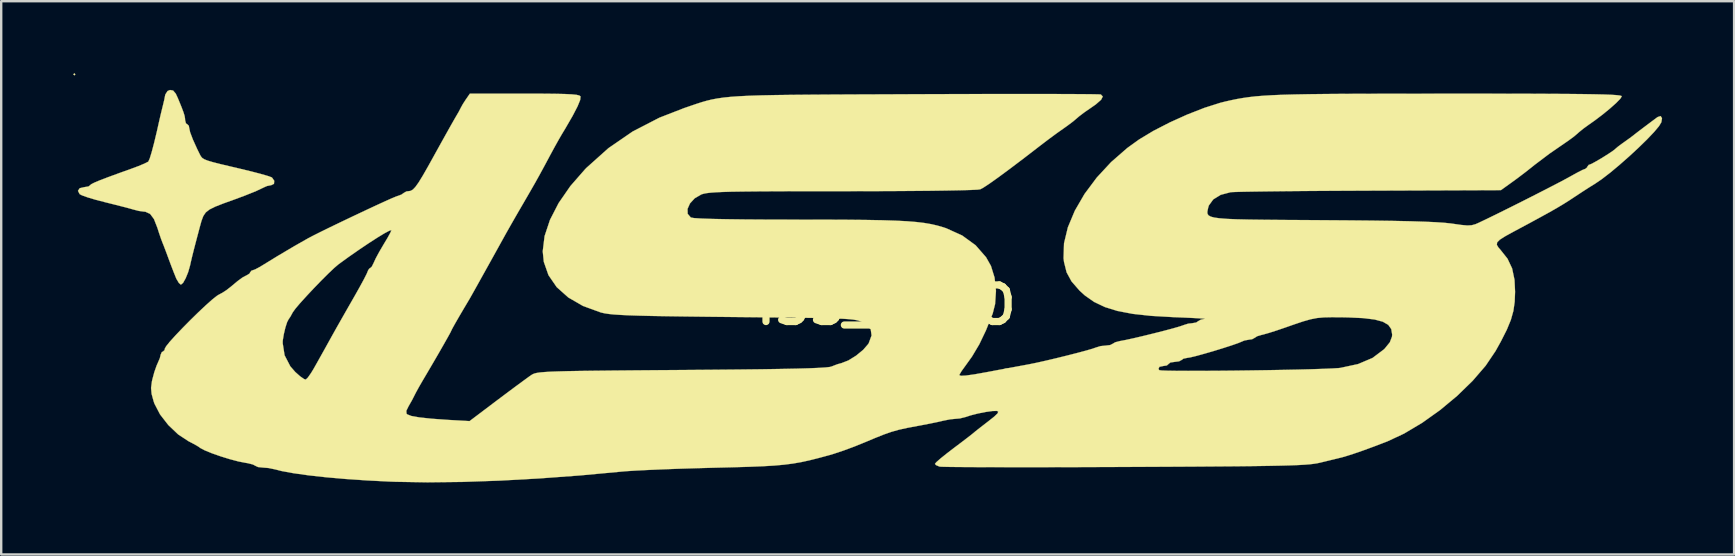
<source format=kicad_pcb>
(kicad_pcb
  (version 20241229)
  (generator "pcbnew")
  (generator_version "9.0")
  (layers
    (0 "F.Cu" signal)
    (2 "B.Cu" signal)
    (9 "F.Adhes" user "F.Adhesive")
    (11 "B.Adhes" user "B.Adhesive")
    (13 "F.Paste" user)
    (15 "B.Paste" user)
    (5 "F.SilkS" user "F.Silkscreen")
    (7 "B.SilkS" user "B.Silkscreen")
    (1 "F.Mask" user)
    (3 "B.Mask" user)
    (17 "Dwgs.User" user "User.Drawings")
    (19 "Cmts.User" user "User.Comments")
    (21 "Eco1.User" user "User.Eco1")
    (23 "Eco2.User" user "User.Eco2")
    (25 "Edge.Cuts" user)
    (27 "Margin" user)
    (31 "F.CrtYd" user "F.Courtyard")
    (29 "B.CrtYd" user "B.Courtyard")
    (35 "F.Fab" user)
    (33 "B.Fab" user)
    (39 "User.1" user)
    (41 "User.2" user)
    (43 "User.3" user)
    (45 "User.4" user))
  (footprint "ISS_LOGO"
    (layer "F.Cu")
    (at 33.872 9.657)
    (property "Reference" "ISS_LOGO" (at 0 0 0) (layer "F.SilkS") (effects (font (size 1.524 1.524) (thickness 0.3))))
    (attr through_hole)
    (fp_poly (pts (xy -33.782 -9.61) (xy -33.824 -9.567) (xy -33.867 -9.61) (xy -33.824 -9.652) (xy -33.782 -9.61)) (stroke (width 0.01) (type solid)) (fill yes) (layer "F.SilkS"))
    (fp_poly (pts (xy -29.709 -8.935) (xy -29.599 -8.805) (xy -29.512 -8.619) (xy -29.367 -8.266) (xy -29.278 -8.031) (xy -29.23 -7.875) (xy -29.212 -7.76) (xy -29.21 -7.701) (xy -29.174 -7.565) (xy -29.125 -7.535) (xy -29.054 -7.465) (xy -29.041 -7.382) (xy -29 -7.195) (xy -28.885 -6.892) (xy -28.709 -6.503) (xy -28.595 -6.272) (xy -28.551 -6.192) (xy -28.497 -6.127) (xy -28.409 -6.07) (xy -28.265 -6.013) (xy -28.041 -5.947) (xy -27.714 -5.864) (xy -27.26 -5.757) (xy -26.882 -5.668) (xy -26.449 -5.563) (xy -26.072 -5.465) (xy -25.783 -5.382) (xy -25.615 -5.323) (xy -25.59 -5.31) (xy -25.496 -5.176) (xy -25.507 -5.048) (xy -25.613 -4.995) (xy -25.796 -4.957) (xy -25.888 -4.918) (xy -26.231 -4.756) (xy -26.696 -4.567) (xy -27.136 -4.403) (xy -27.611 -4.232) (xy -27.954 -4.098) (xy -28.191 -3.98) (xy -28.348 -3.857) (xy -28.452 -3.705) (xy -28.527 -3.505) (xy -28.602 -3.235) (xy -28.615 -3.186) (xy -28.749 -2.678) (xy -28.848 -2.298) (xy -28.919 -2.014) (xy -28.971 -1.792) (xy -29.002 -1.651) (xy -29.081 -1.372) (xy -29.186 -1.114) (xy -29.294 -0.922) (xy -29.384 -0.847) (xy -29.385 -0.847) (xy -29.469 -0.917) (xy -29.571 -1.088) (xy -29.586 -1.122) (xy -29.68 -1.354) (xy -29.8 -1.666) (xy -29.889 -1.905) (xy -29.998 -2.201) (xy -30.094 -2.453) (xy -30.146 -2.582) (xy -30.212 -2.756) (xy -30.303 -3.022) (xy -30.365 -3.217) (xy -30.507 -3.579) (xy -30.666 -3.794) (xy -30.863 -3.885) (xy -30.94 -3.892) (xy -31.138 -3.919) (xy -31.363 -3.977) (xy -31.551 -4.03) (xy -31.858 -4.11) (xy -32.237 -4.206) (xy -32.554 -4.285) (xy -32.939 -4.385) (xy -33.269 -4.483) (xy -33.504 -4.567) (xy -33.602 -4.618) (xy -33.674 -4.756) (xy -33.6 -4.866) (xy -33.406 -4.911) (xy -33.403 -4.911) (xy -33.237 -4.938) (xy -33.175 -4.983) (xy -33.124 -5.03) (xy -32.989 -5.099) (xy -32.753 -5.198) (xy -32.401 -5.332) (xy -31.917 -5.509) (xy -31.469 -5.669) (xy -31.155 -5.786) (xy -30.904 -5.891) (xy -30.757 -5.965) (xy -30.74 -5.979) (xy -30.684 -6.103) (xy -30.602 -6.369) (xy -30.5 -6.756) (xy -30.384 -7.239) (xy -30.299 -7.62) (xy -30.227 -7.933) (xy -30.154 -8.234) (xy -30.138 -8.297) (xy -30.078 -8.548) (xy -30.038 -8.753) (xy -30.037 -8.763) (xy -29.942 -8.914) (xy -29.838 -8.957) (xy -29.709 -8.935)) (stroke (width 0.01) (type solid)) (fill yes) (layer "F.SilkS"))
    (fp_poly (pts (xy -14.361 -8.804) (xy -13.813 -8.799) (xy -13.398 -8.79) (xy -13.101 -8.776) (xy -12.903 -8.756) (xy -12.788 -8.729) (xy -12.738 -8.695) (xy -12.734 -8.687) (xy -12.749 -8.543) (xy -12.858 -8.276) (xy -13.063 -7.881) (xy -13.367 -7.356) (xy -13.515 -7.111) (xy -13.641 -6.894) (xy -13.813 -6.586) (xy -13.997 -6.247) (xy -14.032 -6.181) (xy -14.25 -5.774) (xy -14.442 -5.421) (xy -14.635 -5.075) (xy -14.857 -4.688) (xy -15.133 -4.212) (xy -15.195 -4.106) (xy -15.413 -3.73) (xy -15.627 -3.356) (xy -15.806 -3.041) (xy -15.873 -2.921) (xy -16.234 -2.269) (xy -16.56 -1.682) (xy -16.843 -1.174) (xy -17.073 -0.761) (xy -17.242 -0.459) (xy -17.341 -0.284) (xy -17.358 -0.254) (xy -17.58 0.119) (xy -17.784 0.466) (xy -17.953 0.759) (xy -18.07 0.969) (xy -18.118 1.065) (xy -18.119 1.068) (xy -18.159 1.152) (xy -18.272 1.356) (xy -18.441 1.655) (xy -18.653 2.025) (xy -18.894 2.439) (xy -19.148 2.872) (xy -19.302 3.132) (xy -19.46 3.405) (xy -19.59 3.642) (xy -19.654 3.767) (xy -19.75 3.956) (xy -19.881 4.187) (xy -19.893 4.206) (xy -19.992 4.407) (xy -19.985 4.525) (xy -19.955 4.557) (xy -19.786 4.624) (xy -19.449 4.684) (xy -18.947 4.738) (xy -18.281 4.786) (xy -18.14 4.794) (xy -17.357 4.838) (xy -16.188 3.955) (xy -15.785 3.653) (xy -15.412 3.375) (xy -15.097 3.144) (xy -14.869 2.978) (xy -14.773 2.912) (xy -14.719 2.881) (xy -14.652 2.854) (xy -14.557 2.831) (xy -14.425 2.811) (xy -14.242 2.795) (xy -13.996 2.78) (xy -13.676 2.768) (xy -13.269 2.757) (xy -12.764 2.748) (xy -12.148 2.74) (xy -11.409 2.732) (xy -10.535 2.724) (xy -9.514 2.716) (xy -8.513 2.709) (xy -7.247 2.699) (xy -6.143 2.689) (xy -5.194 2.678) (xy -4.393 2.665) (xy -3.732 2.652) (xy -3.204 2.637) (xy -2.801 2.62) (xy -2.518 2.602) (xy -2.345 2.582) (xy -2.286 2.567) (xy -2.037 2.471) (xy -1.861 2.422) (xy -1.575 2.311) (xy -1.254 2.112) (xy -0.958 1.869) (xy -0.75 1.629) (xy -0.725 1.588) (xy -0.608 1.27) (xy -0.643 1.017) (xy -0.836 0.81) (xy -0.974 0.727) (xy -1.049 0.69) (xy -1.131 0.659) (xy -1.234 0.632) (xy -1.372 0.609) (xy -1.557 0.59) (xy -1.803 0.574) (xy -2.125 0.561) (xy -2.534 0.549) (xy -3.046 0.539) (xy -3.674 0.53) (xy -4.43 0.521) (xy -5.329 0.511) (xy -6.35 0.501) (xy -7.424 0.49) (xy -8.343 0.479) (xy -9.119 0.468) (xy -9.767 0.457) (xy -10.301 0.444) (xy -10.733 0.43) (xy -11.079 0.413) (xy -11.351 0.395) (xy -11.563 0.373) (xy -11.728 0.348) (xy -11.861 0.318) (xy -11.896 0.309) (xy -12.631 0.041) (xy -13.244 -0.313) (xy -13.727 -0.744) (xy -14.07 -1.243) (xy -14.265 -1.8) (xy -14.309 -2.238) (xy -14.232 -2.87) (xy -14.007 -3.546) (xy -13.646 -4.248) (xy -13.156 -4.956) (xy -12.548 -5.652) (xy -12.488 -5.714) (xy -11.572 -6.534) (xy -10.564 -7.227) (xy -9.449 -7.803) (xy -8.422 -8.202) (xy -8.154 -8.294) (xy -7.917 -8.375) (xy -7.698 -8.446) (xy -7.486 -8.507) (xy -7.268 -8.56) (xy -7.034 -8.604) (xy -6.77 -8.642) (xy -6.466 -8.673) (xy -6.109 -8.698) (xy -5.688 -8.718) (xy -5.19 -8.734) (xy -4.603 -8.746) (xy -3.917 -8.755) (xy -3.118 -8.762) (xy -2.196 -8.768) (xy -1.138 -8.773) (xy 0.068 -8.777) (xy 1.179 -8.782) (xy 2.304 -8.786) (xy 3.382 -8.789) (xy 4.401 -8.79) (xy 5.348 -8.791) (xy 6.21 -8.791) (xy 6.977 -8.79) (xy 7.636 -8.788) (xy 8.174 -8.785) (xy 8.58 -8.781) (xy 8.841 -8.776) (xy 8.945 -8.77) (xy 8.946 -8.77) (xy 9.025 -8.686) (xy 8.955 -8.55) (xy 8.734 -8.357) (xy 8.529 -8.214) (xy 8.268 -8.034) (xy 8.047 -7.867) (xy 7.939 -7.775) (xy 7.787 -7.646) (xy 7.555 -7.472) (xy 7.389 -7.354) (xy 7.116 -7.162) (xy 6.781 -6.915) (xy 6.453 -6.666) (xy 6.435 -6.652) (xy 5.752 -6.126) (xy 5.163 -5.681) (xy 4.676 -5.321) (xy 4.299 -5.053) (xy 4.038 -4.882) (xy 3.92 -4.82) (xy 3.799 -4.805) (xy 3.52 -4.792) (xy 3.097 -4.78) (xy 2.543 -4.769) (xy 1.871 -4.759) (xy 1.092 -4.752) (xy 0.219 -4.746) (xy -0.734 -4.743) (xy -1.755 -4.741) (xy -1.824 -4.741) (xy -2.943 -4.741) (xy -3.905 -4.74) (xy -4.723 -4.737) (xy -5.409 -4.733) (xy -5.977 -4.727) (xy -6.438 -4.72) (xy -6.806 -4.709) (xy -7.093 -4.696) (xy -7.312 -4.68) (xy -7.475 -4.661) (xy -7.596 -4.638) (xy -7.685 -4.612) (xy -7.706 -4.604) (xy -7.979 -4.444) (xy -8.174 -4.232) (xy -8.276 -4.004) (xy -8.27 -3.797) (xy -8.139 -3.646) (xy -8.134 -3.644) (xy -8.005 -3.621) (xy -7.71 -3.602) (xy -7.252 -3.586) (xy -6.635 -3.574) (xy -5.862 -3.564) (xy -4.935 -3.558) (xy -3.858 -3.556) (xy -3.65 -3.556) (xy -2.564 -3.555) (xy -1.633 -3.551) (xy -0.84 -3.543) (xy -0.17 -3.531) (xy 0.392 -3.513) (xy 0.863 -3.489) (xy 1.256 -3.457) (xy 1.589 -3.417) (xy 1.875 -3.368) (xy 2.131 -3.309) (xy 2.373 -3.239) (xy 2.498 -3.198) (xy 3.166 -2.896) (xy 3.727 -2.488) (xy 4.162 -1.989) (xy 4.366 -1.627) (xy 4.516 -1.143) (xy 4.575 -0.588) (xy 4.538 -0.036) (xy 4.438 0.358) (xy 4.157 1.06) (xy 3.878 1.642) (xy 3.576 2.149) (xy 3.287 2.552) (xy 3.144 2.749) (xy 3.059 2.891) (xy 3.048 2.923) (xy 3.115 2.951) (xy 3.321 2.94) (xy 3.674 2.891) (xy 4.183 2.8) (xy 4.233 2.791) (xy 4.597 2.722) (xy 4.925 2.661) (xy 11.344 2.661) (xy 11.381 2.716) (xy 11.477 2.729) (xy 11.721 2.738) (xy 12.093 2.744) (xy 12.571 2.746) (xy 13.134 2.745) (xy 13.762 2.742) (xy 14.433 2.736) (xy 15.127 2.727) (xy 15.822 2.717) (xy 16.497 2.705) (xy 17.133 2.692) (xy 17.706 2.677) (xy 18.197 2.661) (xy 18.585 2.645) (xy 18.848 2.629) (xy 18.923 2.621) (xy 19.661 2.462) (xy 20.265 2.206) (xy 20.74 1.849) (xy 20.77 1.819) (xy 20.985 1.555) (xy 21.075 1.32) (xy 21.082 1.228) (xy 21.044 1.003) (xy 20.92 0.828) (xy 20.694 0.697) (xy 20.351 0.605) (xy 19.876 0.547) (xy 19.254 0.518) (xy 19.003 0.513) (xy 18.568 0.51) (xy 18.233 0.517) (xy 17.951 0.543) (xy 17.678 0.597) (xy 17.368 0.685) (xy 16.976 0.817) (xy 16.637 0.936) (xy 16.276 1.059) (xy 15.95 1.163) (xy 15.71 1.231) (xy 15.641 1.247) (xy 15.454 1.303) (xy 15.361 1.364) (xy 15.247 1.427) (xy 15.149 1.439) (xy 14.928 1.479) (xy 14.837 1.517) (xy 14.668 1.587) (xy 14.386 1.685) (xy 14.029 1.8) (xy 13.639 1.92) (xy 13.255 2.031) (xy 12.918 2.124) (xy 12.668 2.184) (xy 12.556 2.201) (xy 12.385 2.236) (xy 12.319 2.286) (xy 12.205 2.347) (xy 12.018 2.371) (xy 11.841 2.396) (xy 11.769 2.455) (xy 11.696 2.519) (xy 11.557 2.54) (xy 11.386 2.575) (xy 11.344 2.661) (xy 4.925 2.661) (xy 4.977 2.651) (xy 5.122 2.625) (xy 5.484 2.558) (xy 5.868 2.487) (xy 5.969 2.468) (xy 6.278 2.405) (xy 6.668 2.317) (xy 7.104 2.214) (xy 7.55 2.104) (xy 7.972 1.996) (xy 8.334 1.899) (xy 8.602 1.821) (xy 8.74 1.772) (xy 8.741 1.772) (xy 8.934 1.713) (xy 9.138 1.693) (xy 9.332 1.67) (xy 9.435 1.618) (xy 9.543 1.554) (xy 9.743 1.502) (xy 9.757 1.5) (xy 9.994 1.455) (xy 10.331 1.381) (xy 10.73 1.287) (xy 11.154 1.183) (xy 11.567 1.078) (xy 11.932 0.981) (xy 12.211 0.901) (xy 12.369 0.848) (xy 12.381 0.842) (xy 12.584 0.778) (xy 12.736 0.762) (xy 12.916 0.731) (xy 12.996 0.677) (xy 13.112 0.61) (xy 13.276 0.579) (xy 13.269 0.572) (xy 13.115 0.56) (xy 12.834 0.544) (xy 12.448 0.526) (xy 11.978 0.507) (xy 11.938 0.505) (xy 11.033 0.453) (xy 10.275 0.37) (xy 9.641 0.25) (xy 9.112 0.086) (xy 8.665 -0.127) (xy 8.28 -0.396) (xy 8.053 -0.603) (xy 7.722 -0.984) (xy 7.518 -1.36) (xy 7.41 -1.792) (xy 7.391 -1.949) (xy 7.41 -2.569) (xy 7.571 -3.237) (xy 7.861 -3.929) (xy 8.266 -4.627) (xy 8.775 -5.309) (xy 9.373 -5.954) (xy 10.047 -6.542) (xy 10.536 -6.894) (xy 11.13 -7.252) (xy 11.818 -7.606) (xy 12.547 -7.935) (xy 13.264 -8.215) (xy 13.918 -8.423) (xy 14.129 -8.476) (xy 14.378 -8.532) (xy 14.616 -8.581) (xy 14.857 -8.623) (xy 15.113 -8.66) (xy 15.394 -8.692) (xy 15.715 -8.718) (xy 16.086 -8.74) (xy 16.52 -8.758) (xy 17.03 -8.772) (xy 17.626 -8.783) (xy 18.323 -8.791) (xy 19.13 -8.797) (xy 20.062 -8.8) (xy 21.13 -8.802) (xy 22.346 -8.803) (xy 23.347 -8.804) (xy 24.658 -8.804) (xy 25.81 -8.803) (xy 26.812 -8.801) (xy 27.672 -8.797) (xy 28.402 -8.793) (xy 29.009 -8.787) (xy 29.504 -8.779) (xy 29.897 -8.77) (xy 30.196 -8.759) (xy 30.411 -8.745) (xy 30.552 -8.73) (xy 30.628 -8.712) (xy 30.649 -8.693) (xy 30.585 -8.59) (xy 30.413 -8.414) (xy 30.16 -8.189) (xy 29.858 -7.941) (xy 29.533 -7.694) (xy 29.28 -7.516) (xy 29.049 -7.349) (xy 28.859 -7.194) (xy 28.822 -7.159) (xy 28.656 -7.018) (xy 28.429 -6.851) (xy 28.371 -6.811) (xy 27.637 -6.306) (xy 27.01 -5.833) (xy 26.924 -5.763) (xy 26.638 -5.537) (xy 26.302 -5.282) (xy 26.077 -5.118) (xy 25.612 -4.784) (xy 20.151 -4.764) (xy 19.195 -4.76) (xy 18.281 -4.755) (xy 17.426 -4.749) (xy 16.644 -4.742) (xy 15.95 -4.734) (xy 15.361 -4.726) (xy 14.891 -4.718) (xy 14.556 -4.709) (xy 14.37 -4.701) (xy 14.348 -4.698) (xy 13.939 -4.59) (xy 13.628 -4.399) (xy 13.445 -4.147) (xy 13.42 -4.067) (xy 13.396 -3.96) (xy 13.381 -3.87) (xy 13.39 -3.794) (xy 13.433 -3.732) (xy 13.524 -3.681) (xy 13.676 -3.641) (xy 13.9 -3.611) (xy 14.21 -3.587) (xy 14.618 -3.57) (xy 15.137 -3.558) (xy 15.779 -3.55) (xy 16.556 -3.543) (xy 17.482 -3.538) (xy 18.19 -3.533) (xy 19.332 -3.525) (xy 20.316 -3.515) (xy 21.152 -3.503) (xy 21.853 -3.488) (xy 22.429 -3.47) (xy 22.892 -3.449) (xy 23.253 -3.425) (xy 23.522 -3.397) (xy 23.588 -3.388) (xy 23.962 -3.335) (xy 24.216 -3.312) (xy 24.398 -3.323) (xy 24.556 -3.367) (xy 24.689 -3.425) (xy 25.035 -3.59) (xy 25.473 -3.804) (xy 25.973 -4.052) (xy 26.504 -4.318) (xy 27.034 -4.587) (xy 27.533 -4.842) (xy 27.97 -5.068) (xy 28.314 -5.25) (xy 28.52 -5.363) (xy 28.792 -5.514) (xy 29.009 -5.625) (xy 29.128 -5.672) (xy 29.133 -5.673) (xy 29.208 -5.737) (xy 29.21 -5.757) (xy 29.273 -5.84) (xy 29.293 -5.842) (xy 29.397 -5.884) (xy 29.595 -5.993) (xy 29.841 -6.138) (xy 30.087 -6.293) (xy 30.286 -6.427) (xy 30.393 -6.514) (xy 30.395 -6.516) (xy 30.486 -6.594) (xy 30.662 -6.725) (xy 30.734 -6.776) (xy 30.952 -6.932) (xy 31.127 -7.062) (xy 31.157 -7.087) (xy 31.307 -7.204) (xy 31.562 -7.397) (xy 31.888 -7.642) (xy 32.14 -7.829) (xy 32.269 -7.872) (xy 32.325 -7.781) (xy 32.298 -7.614) (xy 32.199 -7.45) (xy 31.991 -7.203) (xy 31.699 -6.896) (xy 31.345 -6.551) (xy 30.956 -6.191) (xy 30.555 -5.838) (xy 30.166 -5.513) (xy 29.813 -5.241) (xy 29.52 -5.042) (xy 29.493 -5.026) (xy 29.293 -4.902) (xy 29.009 -4.719) (xy 28.697 -4.514) (xy 28.646 -4.48) (xy 28.426 -4.335) (xy 28.202 -4.195) (xy 27.951 -4.045) (xy 27.648 -3.872) (xy 27.268 -3.663) (xy 26.788 -3.402) (xy 26.183 -3.078) (xy 26.162 -3.067) (xy 25.797 -2.867) (xy 25.567 -2.721) (xy 25.455 -2.607) (xy 25.444 -2.503) (xy 25.516 -2.387) (xy 25.587 -2.308) (xy 25.888 -1.929) (xy 26.08 -1.523) (xy 26.18 -1.046) (xy 26.203 -0.55) (xy 26.187 -0.132) (xy 26.133 0.245) (xy 26.028 0.62) (xy 25.859 1.03) (xy 25.614 1.514) (xy 25.389 1.919) (xy 24.977 2.53) (xy 24.434 3.16) (xy 23.791 3.785) (xy 23.079 4.377) (xy 22.331 4.91) (xy 21.578 5.358) (xy 20.882 5.683) (xy 20.373 5.878) (xy 19.88 6.059) (xy 19.442 6.21) (xy 19.1 6.318) (xy 18.965 6.354) (xy 18.729 6.412) (xy 18.402 6.491) (xy 18.076 6.57) (xy 17.959 6.595) (xy 17.821 6.617) (xy 17.651 6.637) (xy 17.438 6.654) (xy 17.171 6.669) (xy 16.839 6.682) (xy 16.43 6.693) (xy 15.934 6.703) (xy 15.34 6.712) (xy 14.636 6.72) (xy 13.811 6.726) (xy 12.855 6.733) (xy 11.756 6.739) (xy 10.504 6.745) (xy 9.95 6.748) (xy 8.831 6.752) (xy 7.759 6.756) (xy 6.744 6.758) (xy 5.801 6.758) (xy 4.941 6.758) (xy 4.176 6.757) (xy 3.519 6.754) (xy 2.983 6.751) (xy 2.58 6.746) (xy 2.322 6.74) (xy 2.224 6.734) (xy 2.075 6.671) (xy 2.032 6.618) (xy 2.096 6.544) (xy 2.269 6.392) (xy 2.526 6.186) (xy 2.815 5.964) (xy 3.128 5.728) (xy 3.389 5.529) (xy 3.57 5.388) (xy 3.641 5.33) (xy 3.724 5.26) (xy 3.907 5.116) (xy 4.154 4.925) (xy 4.232 4.865) (xy 4.5 4.653) (xy 4.641 4.518) (xy 4.67 4.444) (xy 4.617 4.415) (xy 4.438 4.417) (xy 4.156 4.456) (xy 3.829 4.52) (xy 3.518 4.599) (xy 3.319 4.665) (xy 3.074 4.726) (xy 2.906 4.741) (xy 2.671 4.763) (xy 2.399 4.817) (xy 2.38 4.821) (xy 2.156 4.873) (xy 1.825 4.941) (xy 1.446 5.014) (xy 1.312 5.039) (xy 0.879 5.12) (xy 0.531 5.197) (xy 0.217 5.286) (xy -0.114 5.402) (xy -0.509 5.561) (xy -0.889 5.721) (xy -1.323 5.897) (xy -1.783 6.067) (xy -2.198 6.205) (xy -2.371 6.256) (xy -2.808 6.374) (xy -3.189 6.47) (xy -3.541 6.547) (xy -3.887 6.607) (xy -4.253 6.654) (xy -4.665 6.691) (xy -5.147 6.719) (xy -5.724 6.742) (xy -6.423 6.762) (xy -7.197 6.781) (xy -7.931 6.801) (xy -8.652 6.823) (xy -9.332 6.849) (xy -9.943 6.875) (xy -10.457 6.901) (xy -10.847 6.926) (xy -11.007 6.94) (xy -12.747 7.101) (xy -14.453 7.227) (xy -16.098 7.318) (xy -17.659 7.372) (xy -19.11 7.389) (xy -20.426 7.367) (xy -20.701 7.357) (xy -21.628 7.31) (xy -22.513 7.25) (xy -23.334 7.178) (xy -24.069 7.097) (xy -24.695 7.009) (xy -25.191 6.918) (xy -25.448 6.852) (xy -25.732 6.793) (xy -25.973 6.773) (xy -26.171 6.752) (xy -26.281 6.701) (xy -26.282 6.7) (xy -26.387 6.645) (xy -26.596 6.592) (xy -26.689 6.577) (xy -26.987 6.519) (xy -27.349 6.423) (xy -27.732 6.305) (xy -28.094 6.178) (xy -28.392 6.056) (xy -28.583 5.955) (xy -28.617 5.927) (xy -28.711 5.867) (xy -28.907 5.759) (xy -29.068 5.676) (xy -29.501 5.391) (xy -29.91 5.002) (xy -30.254 4.559) (xy -30.488 4.11) (xy -30.518 4.023) (xy -30.605 3.705) (xy -30.628 3.456) (xy -30.593 3.186) (xy -30.574 3.101) (xy -30.492 2.796) (xy -30.395 2.52) (xy -30.352 2.424) (xy -30.263 2.218) (xy -30.226 2.065) (xy -30.177 1.958) (xy -30.141 1.947) (xy -30.066 1.879) (xy -30.057 1.822) (xy -29.998 1.717) (xy -29.883 1.576) (xy -25.146 1.576) (xy -25.065 2.095) (xy -24.826 2.556) (xy -24.62 2.792) (xy -24.416 2.973) (xy -24.253 3.086) (xy -24.181 3.107) (xy -24.094 3.023) (xy -23.962 2.835) (xy -23.856 2.661) (xy -23.675 2.34) (xy -23.471 1.975) (xy -23.361 1.778) (xy -23.129 1.359) (xy -22.913 0.972) (xy -22.686 0.572) (xy -22.424 0.112) (xy -22.133 -0.396) (xy -21.929 -0.759) (xy -21.759 -1.072) (xy -21.641 -1.305) (xy -21.591 -1.427) (xy -21.59 -1.433) (xy -21.535 -1.52) (xy -21.514 -1.524) (xy -21.433 -1.595) (xy -21.352 -1.757) (xy -21.266 -1.944) (xy -21.119 -2.216) (xy -20.942 -2.518) (xy -20.929 -2.54) (xy -20.771 -2.804) (xy -20.66 -3.007) (xy -20.614 -3.11) (xy -20.615 -3.116) (xy -20.703 -3.093) (xy -20.905 -2.986) (xy -21.198 -2.808) (xy -21.558 -2.576) (xy -21.964 -2.303) (xy -22.392 -2.005) (xy -22.818 -1.696) (xy -22.993 -1.547) (xy -23.242 -1.311) (xy -23.536 -1.018) (xy -23.848 -0.695) (xy -24.15 -0.373) (xy -24.415 -0.081) (xy -24.614 0.153) (xy -24.72 0.3) (xy -24.723 0.304) (xy -24.823 0.487) (xy -24.894 0.591) (xy -24.896 0.593) (xy -24.96 0.716) (xy -25.033 0.944) (xy -25.097 1.215) (xy -25.139 1.467) (xy -25.146 1.576) (xy -29.883 1.576) (xy -29.839 1.521) (xy -29.602 1.259) (xy -29.312 0.955) (xy -28.992 0.631) (xy -28.666 0.312) (xy -28.358 0.022) (xy -28.093 -0.215) (xy -27.892 -0.376) (xy -27.814 -0.425) (xy -27.651 -0.512) (xy -27.498 -0.611) (xy -27.31 -0.756) (xy -27.044 -0.978) (xy -27.023 -0.995) (xy -26.825 -1.141) (xy -26.655 -1.232) (xy -26.649 -1.234) (xy -26.524 -1.311) (xy -26.501 -1.36) (xy -26.436 -1.437) (xy -26.414 -1.439) (xy -26.294 -1.481) (xy -26.096 -1.586) (xy -26.012 -1.637) (xy -25.335 -2.052) (xy -24.655 -2.454) (xy -24.078 -2.782) (xy -23.866 -2.893) (xy -23.547 -3.053) (xy -23.149 -3.248) (xy -22.698 -3.465) (xy -22.223 -3.692) (xy -21.75 -3.915) (xy -21.306 -4.123) (xy -20.919 -4.301) (xy -20.616 -4.437) (xy -20.424 -4.517) (xy -20.379 -4.533) (xy -20.194 -4.6) (xy -20.103 -4.666) (xy -19.988 -4.731) (xy -19.905 -4.741) (xy -19.813 -4.755) (xy -19.72 -4.808) (xy -19.614 -4.919) (xy -19.48 -5.106) (xy -19.307 -5.388) (xy -19.081 -5.783) (xy -18.79 -6.308) (xy -18.547 -6.747) (xy -18.321 -7.152) (xy -18.131 -7.491) (xy -17.992 -7.735) (xy -17.936 -7.832) (xy -17.813 -8.042) (xy -17.728 -8.206) (xy -17.725 -8.213) (xy -17.638 -8.37) (xy -17.508 -8.571) (xy -17.506 -8.572) (xy -17.345 -8.805) (xy -15.062 -8.805) (xy -14.361 -8.804)) (stroke (width 0.01) (type solid)) (fill yes) (layer "F.SilkS")))
  (gr_rect
    (start -3 -3)
    (end 69.201 20.051)
    (stroke (width 0.1) (type default))
    (fill no)
    (layer "Edge.Cuts")))
</source>
